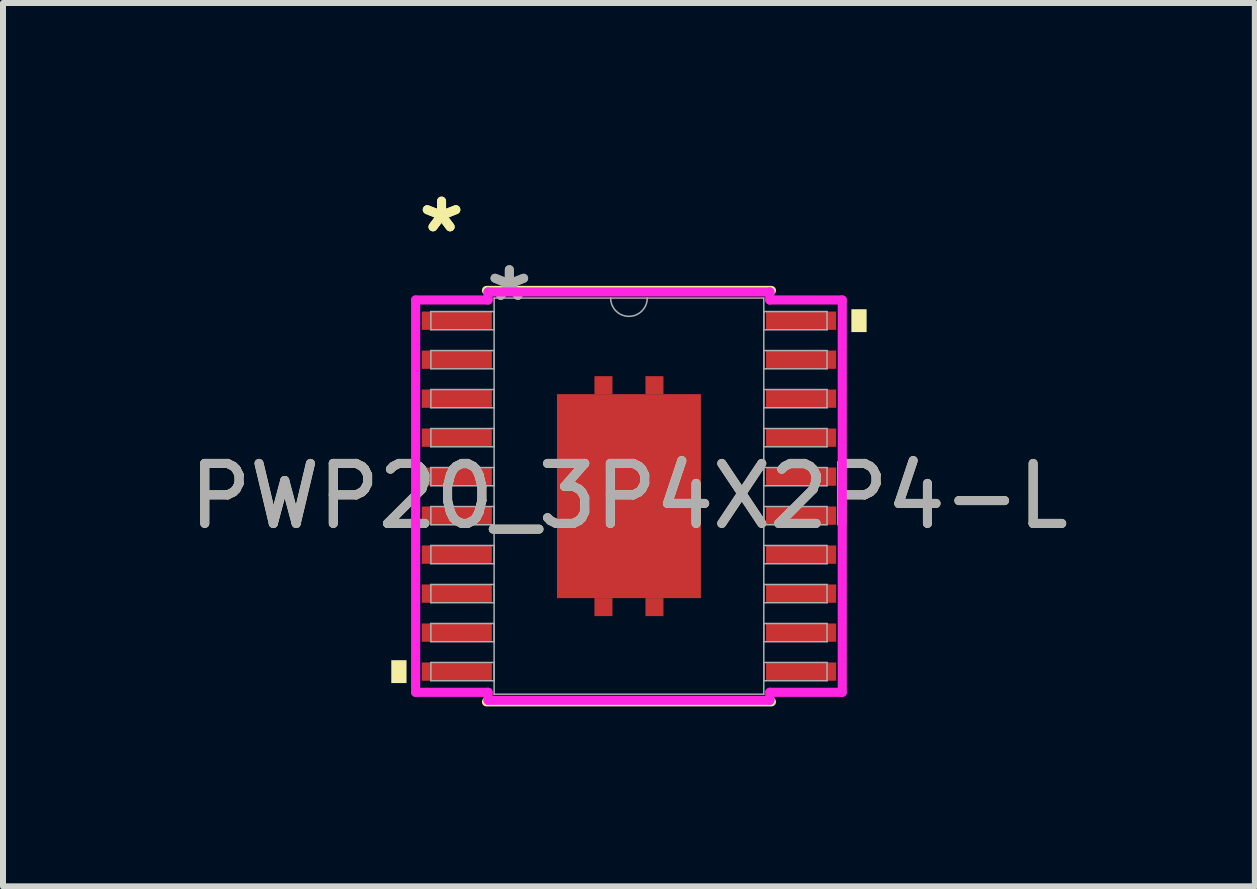
<source format=kicad_pcb>
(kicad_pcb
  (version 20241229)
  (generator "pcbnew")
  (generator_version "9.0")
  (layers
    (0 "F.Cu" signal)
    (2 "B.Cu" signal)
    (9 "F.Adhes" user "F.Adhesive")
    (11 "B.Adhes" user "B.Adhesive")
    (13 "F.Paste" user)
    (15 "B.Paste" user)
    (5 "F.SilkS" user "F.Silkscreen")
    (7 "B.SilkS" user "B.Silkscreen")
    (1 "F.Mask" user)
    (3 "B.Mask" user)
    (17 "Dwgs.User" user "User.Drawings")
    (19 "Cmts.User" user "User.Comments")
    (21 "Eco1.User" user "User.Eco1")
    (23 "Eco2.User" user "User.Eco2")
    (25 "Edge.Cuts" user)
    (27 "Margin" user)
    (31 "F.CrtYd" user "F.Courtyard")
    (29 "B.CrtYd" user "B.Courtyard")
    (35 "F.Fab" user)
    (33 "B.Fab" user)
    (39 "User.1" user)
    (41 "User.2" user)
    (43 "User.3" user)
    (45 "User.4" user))
  (footprint "PWP20_3P4X2P4-L"
    (layer "F.Cu")
    (at 7.435 5.221)
    (property "Reference" "PWP20_3P4X2P4-L" (at 0 0 0) (unlocked yes) (layer "F.SilkS") (effects (font (size 1 1) (thickness 0.15))))
    (attr smd)
    (fp_poly (pts (xy -0.275 -1.7) (xy -0.275 -2) (xy -0.575 -2) (xy -0.575 -1.7)) (stroke (width 0) (type solid)) (fill yes) (layer "F.Cu"))
    (fp_poly (pts (xy -0.275 1.7) (xy -0.275 2) (xy -0.575 2) (xy -0.575 1.7)) (stroke (width 0) (type solid)) (fill yes) (layer "F.Cu"))
    (fp_poly (pts (xy 0.275 -1.7) (xy 0.275 -2) (xy 0.575 -2) (xy 0.575 -1.7)) (stroke (width 0) (type solid)) (fill yes) (layer "F.Cu"))
    (fp_poly (pts (xy 0.275 1.7) (xy 0.275 2) (xy 0.575 2) (xy 0.575 1.7)) (stroke (width 0) (type solid)) (fill yes) (layer "F.Cu"))
    (fp_poly (pts (xy -0.275 -1.7) (xy -0.275 -2) (xy -0.575 -2) (xy -0.575 -1.7)) (stroke (width 0) (type solid)) (fill yes) (layer "F.Mask"))
    (fp_poly (pts (xy -0.275 1.7) (xy -0.275 2) (xy -0.575 2) (xy -0.575 1.7)) (stroke (width 0) (type solid)) (fill yes) (layer "F.Mask"))
    (fp_poly (pts (xy 0.275 -1.7) (xy 0.275 -2) (xy 0.575 -2) (xy 0.575 -1.7)) (stroke (width 0) (type solid)) (fill yes) (layer "F.Mask"))
    (fp_poly (pts (xy 0.275 1.7) (xy 0.275 2) (xy 0.575 2) (xy 0.575 1.7)) (stroke (width 0) (type solid)) (fill yes) (layer "F.Mask"))
    (fp_line (start -2.375 3.429) (end 2.375 3.429) (stroke (width 0.152) (type solid)) (layer "F.SilkS"))
    (fp_line (start 2.375 -3.429) (end -2.375 -3.429) (stroke (width 0.152) (type solid)) (layer "F.SilkS"))
    (fp_poly (pts (xy -3.962 2.735) (xy -3.962 3.116) (xy -3.708 3.116) (xy -3.708 2.735)) (stroke (width 0) (type solid)) (fill yes) (layer "F.SilkS"))
    (fp_poly (pts (xy 3.962 -3.116) (xy 3.962 -2.735) (xy 3.708 -2.735) (xy 3.708 -3.116)) (stroke (width 0) (type solid)) (fill yes) (layer "F.SilkS"))
    (fp_poly (pts (xy -1.1 -1.6) (xy -1.1 -0.1) (xy 1.1 -0.1) (xy 1.1 -1.6)) (stroke (width 0) (type solid)) (fill yes) (layer "F.Paste"))
    (fp_poly (pts (xy -1.1 0.1) (xy -1.1 1.6) (xy 1.1 1.6) (xy 1.1 0.1)) (stroke (width 0) (type solid)) (fill yes) (layer "F.Paste"))
    (fp_line (start -3.556 -3.27) (end -2.349 -3.27) (stroke (width 0.152) (type solid)) (layer "F.CrtYd"))
    (fp_line (start -3.556 3.27) (end -3.556 -3.27) (stroke (width 0.152) (type solid)) (layer "F.CrtYd"))
    (fp_line (start -3.556 3.27) (end -2.349 3.27) (stroke (width 0.152) (type solid)) (layer "F.CrtYd"))
    (fp_line (start -2.349 -3.404) (end 2.349 -3.404) (stroke (width 0.152) (type solid)) (layer "F.CrtYd"))
    (fp_line (start -2.349 -3.27) (end -2.349 -3.404) (stroke (width 0.152) (type solid)) (layer "F.CrtYd"))
    (fp_line (start -2.349 3.404) (end -2.349 3.27) (stroke (width 0.152) (type solid)) (layer "F.CrtYd"))
    (fp_line (start 2.349 -3.404) (end 2.349 -3.27) (stroke (width 0.152) (type solid)) (layer "F.CrtYd"))
    (fp_line (start 2.349 3.27) (end 2.349 3.404) (stroke (width 0.152) (type solid)) (layer "F.CrtYd"))
    (fp_line (start 2.349 3.404) (end -2.349 3.404) (stroke (width 0.152) (type solid)) (layer "F.CrtYd"))
    (fp_line (start 3.556 -3.27) (end 2.349 -3.27) (stroke (width 0.152) (type solid)) (layer "F.CrtYd"))
    (fp_line (start 3.556 -3.27) (end 3.556 3.27) (stroke (width 0.152) (type solid)) (layer "F.CrtYd"))
    (fp_line (start 3.556 3.27) (end 2.349 3.27) (stroke (width 0.152) (type solid)) (layer "F.CrtYd"))
    (fp_line (start -3.302 -3.077) (end -3.302 -2.773) (stroke (width 0.025) (type solid)) (layer "F.Fab"))
    (fp_line (start -3.302 -2.773) (end -2.248 -2.773) (stroke (width 0.025) (type solid)) (layer "F.Fab"))
    (fp_line (start -3.302 -2.427) (end -3.302 -2.123) (stroke (width 0.025) (type solid)) (layer "F.Fab"))
    (fp_line (start -3.302 -2.123) (end -2.248 -2.123) (stroke (width 0.025) (type solid)) (layer "F.Fab"))
    (fp_line (start -3.302 -1.777) (end -3.302 -1.473) (stroke (width 0.025) (type solid)) (layer "F.Fab"))
    (fp_line (start -3.302 -1.473) (end -2.248 -1.473) (stroke (width 0.025) (type solid)) (layer "F.Fab"))
    (fp_line (start -3.302 -1.127) (end -3.302 -0.823) (stroke (width 0.025) (type solid)) (layer "F.Fab"))
    (fp_line (start -3.302 -0.823) (end -2.248 -0.823) (stroke (width 0.025) (type solid)) (layer "F.Fab"))
    (fp_line (start -3.302 -0.477) (end -3.302 -0.173) (stroke (width 0.025) (type solid)) (layer "F.Fab"))
    (fp_line (start -3.302 -0.173) (end -2.248 -0.173) (stroke (width 0.025) (type solid)) (layer "F.Fab"))
    (fp_line (start -3.302 0.173) (end -3.302 0.477) (stroke (width 0.025) (type solid)) (layer "F.Fab"))
    (fp_line (start -3.302 0.477) (end -2.248 0.477) (stroke (width 0.025) (type solid)) (layer "F.Fab"))
    (fp_line (start -3.302 0.823) (end -3.302 1.127) (stroke (width 0.025) (type solid)) (layer "F.Fab"))
    (fp_line (start -3.302 1.127) (end -2.248 1.127) (stroke (width 0.025) (type solid)) (layer "F.Fab"))
    (fp_line (start -3.302 1.473) (end -3.302 1.777) (stroke (width 0.025) (type solid)) (layer "F.Fab"))
    (fp_line (start -3.302 1.777) (end -2.248 1.777) (stroke (width 0.025) (type solid)) (layer "F.Fab"))
    (fp_line (start -3.302 2.123) (end -3.302 2.427) (stroke (width 0.025) (type solid)) (layer "F.Fab"))
    (fp_line (start -3.302 2.427) (end -2.248 2.427) (stroke (width 0.025) (type solid)) (layer "F.Fab"))
    (fp_line (start -3.302 2.773) (end -3.302 3.077) (stroke (width 0.025) (type solid)) (layer "F.Fab"))
    (fp_line (start -3.302 3.077) (end -2.248 3.077) (stroke (width 0.025) (type solid)) (layer "F.Fab"))
    (fp_line (start -2.248 -3.302) (end -2.248 3.302) (stroke (width 0.025) (type solid)) (layer "F.Fab"))
    (fp_line (start -2.248 -3.077) (end -3.302 -3.077) (stroke (width 0.025) (type solid)) (layer "F.Fab"))
    (fp_line (start -2.248 -2.773) (end -2.248 -3.077) (stroke (width 0.025) (type solid)) (layer "F.Fab"))
    (fp_line (start -2.248 -2.427) (end -3.302 -2.427) (stroke (width 0.025) (type solid)) (layer "F.Fab"))
    (fp_line (start -2.248 -2.123) (end -2.248 -2.427) (stroke (width 0.025) (type solid)) (layer "F.Fab"))
    (fp_line (start -2.248 -1.777) (end -3.302 -1.777) (stroke (width 0.025) (type solid)) (layer "F.Fab"))
    (fp_line (start -2.248 -1.473) (end -2.248 -1.777) (stroke (width 0.025) (type solid)) (layer "F.Fab"))
    (fp_line (start -2.248 -1.127) (end -3.302 -1.127) (stroke (width 0.025) (type solid)) (layer "F.Fab"))
    (fp_line (start -2.248 -0.823) (end -2.248 -1.127) (stroke (width 0.025) (type solid)) (layer "F.Fab"))
    (fp_line (start -2.248 -0.477) (end -3.302 -0.477) (stroke (width 0.025) (type solid)) (layer "F.Fab"))
    (fp_line (start -2.248 -0.173) (end -2.248 -0.477) (stroke (width 0.025) (type solid)) (layer "F.Fab"))
    (fp_line (start -2.248 0.173) (end -3.302 0.173) (stroke (width 0.025) (type solid)) (layer "F.Fab"))
    (fp_line (start -2.248 0.477) (end -2.248 0.173) (stroke (width 0.025) (type solid)) (layer "F.Fab"))
    (fp_line (start -2.248 0.823) (end -3.302 0.823) (stroke (width 0.025) (type solid)) (layer "F.Fab"))
    (fp_line (start -2.248 1.127) (end -2.248 0.823) (stroke (width 0.025) (type solid)) (layer "F.Fab"))
    (fp_line (start -2.248 1.473) (end -3.302 1.473) (stroke (width 0.025) (type solid)) (layer "F.Fab"))
    (fp_line (start -2.248 1.777) (end -2.248 1.473) (stroke (width 0.025) (type solid)) (layer "F.Fab"))
    (fp_line (start -2.248 2.123) (end -3.302 2.123) (stroke (width 0.025) (type solid)) (layer "F.Fab"))
    (fp_line (start -2.248 2.427) (end -2.248 2.123) (stroke (width 0.025) (type solid)) (layer "F.Fab"))
    (fp_line (start -2.248 2.773) (end -3.302 2.773) (stroke (width 0.025) (type solid)) (layer "F.Fab"))
    (fp_line (start -2.248 3.077) (end -2.248 2.773) (stroke (width 0.025) (type solid)) (layer "F.Fab"))
    (fp_line (start -2.248 3.302) (end 2.248 3.302) (stroke (width 0.025) (type solid)) (layer "F.Fab"))
    (fp_line (start 2.248 -3.302) (end -2.248 -3.302) (stroke (width 0.025) (type solid)) (layer "F.Fab"))
    (fp_line (start 2.248 -3.077) (end 2.248 -2.773) (stroke (width 0.025) (type solid)) (layer "F.Fab"))
    (fp_line (start 2.248 -2.773) (end 3.302 -2.773) (stroke (width 0.025) (type solid)) (layer "F.Fab"))
    (fp_line (start 2.248 -2.427) (end 2.248 -2.123) (stroke (width 0.025) (type solid)) (layer "F.Fab"))
    (fp_line (start 2.248 -2.123) (end 3.302 -2.123) (stroke (width 0.025) (type solid)) (layer "F.Fab"))
    (fp_line (start 2.248 -1.777) (end 2.248 -1.473) (stroke (width 0.025) (type solid)) (layer "F.Fab"))
    (fp_line (start 2.248 -1.473) (end 3.302 -1.473) (stroke (width 0.025) (type solid)) (layer "F.Fab"))
    (fp_line (start 2.248 -1.127) (end 2.248 -0.823) (stroke (width 0.025) (type solid)) (layer "F.Fab"))
    (fp_line (start 2.248 -0.823) (end 3.302 -0.823) (stroke (width 0.025) (type solid)) (layer "F.Fab"))
    (fp_line (start 2.248 -0.477) (end 2.248 -0.173) (stroke (width 0.025) (type solid)) (layer "F.Fab"))
    (fp_line (start 2.248 -0.173) (end 3.302 -0.173) (stroke (width 0.025) (type solid)) (layer "F.Fab"))
    (fp_line (start 2.248 0.173) (end 2.248 0.477) (stroke (width 0.025) (type solid)) (layer "F.Fab"))
    (fp_line (start 2.248 0.477) (end 3.302 0.477) (stroke (width 0.025) (type solid)) (layer "F.Fab"))
    (fp_line (start 2.248 0.823) (end 2.248 1.127) (stroke (width 0.025) (type solid)) (layer "F.Fab"))
    (fp_line (start 2.248 1.127) (end 3.302 1.127) (stroke (width 0.025) (type solid)) (layer "F.Fab"))
    (fp_line (start 2.248 1.473) (end 2.248 1.777) (stroke (width 0.025) (type solid)) (layer "F.Fab"))
    (fp_line (start 2.248 1.777) (end 3.302 1.777) (stroke (width 0.025) (type solid)) (layer "F.Fab"))
    (fp_line (start 2.248 2.123) (end 2.248 2.427) (stroke (width 0.025) (type solid)) (layer "F.Fab"))
    (fp_line (start 2.248 2.427) (end 3.302 2.427) (stroke (width 0.025) (type solid)) (layer "F.Fab"))
    (fp_line (start 2.248 2.773) (end 2.248 3.077) (stroke (width 0.025) (type solid)) (layer "F.Fab"))
    (fp_line (start 2.248 3.077) (end 3.302 3.077) (stroke (width 0.025) (type solid)) (layer "F.Fab"))
    (fp_line (start 2.248 3.302) (end 2.248 -3.302) (stroke (width 0.025) (type solid)) (layer "F.Fab"))
    (fp_line (start 3.302 -3.077) (end 2.248 -3.077) (stroke (width 0.025) (type solid)) (layer "F.Fab"))
    (fp_line (start 3.302 -2.773) (end 3.302 -3.077) (stroke (width 0.025) (type solid)) (layer "F.Fab"))
    (fp_line (start 3.302 -2.427) (end 2.248 -2.427) (stroke (width 0.025) (type solid)) (layer "F.Fab"))
    (fp_line (start 3.302 -2.123) (end 3.302 -2.427) (stroke (width 0.025) (type solid)) (layer "F.Fab"))
    (fp_line (start 3.302 -1.777) (end 2.248 -1.777) (stroke (width 0.025) (type solid)) (layer "F.Fab"))
    (fp_line (start 3.302 -1.473) (end 3.302 -1.777) (stroke (width 0.025) (type solid)) (layer "F.Fab"))
    (fp_line (start 3.302 -1.127) (end 2.248 -1.127) (stroke (width 0.025) (type solid)) (layer "F.Fab"))
    (fp_line (start 3.302 -0.823) (end 3.302 -1.127) (stroke (width 0.025) (type solid)) (layer "F.Fab"))
    (fp_line (start 3.302 -0.477) (end 2.248 -0.477) (stroke (width 0.025) (type solid)) (layer "F.Fab"))
    (fp_line (start 3.302 -0.173) (end 3.302 -0.477) (stroke (width 0.025) (type solid)) (layer "F.Fab"))
    (fp_line (start 3.302 0.173) (end 2.248 0.173) (stroke (width 0.025) (type solid)) (layer "F.Fab"))
    (fp_line (start 3.302 0.477) (end 3.302 0.173) (stroke (width 0.025) (type solid)) (layer "F.Fab"))
    (fp_line (start 3.302 0.823) (end 2.248 0.823) (stroke (width 0.025) (type solid)) (layer "F.Fab"))
    (fp_line (start 3.302 1.127) (end 3.302 0.823) (stroke (width 0.025) (type solid)) (layer "F.Fab"))
    (fp_line (start 3.302 1.473) (end 2.248 1.473) (stroke (width 0.025) (type solid)) (layer "F.Fab"))
    (fp_line (start 3.302 1.777) (end 3.302 1.473) (stroke (width 0.025) (type solid)) (layer "F.Fab"))
    (fp_line (start 3.302 2.123) (end 2.248 2.123) (stroke (width 0.025) (type solid)) (layer "F.Fab"))
    (fp_line (start 3.302 2.427) (end 3.302 2.123) (stroke (width 0.025) (type solid)) (layer "F.Fab"))
    (fp_line (start 3.302 2.773) (end 2.248 2.773) (stroke (width 0.025) (type solid)) (layer "F.Fab"))
    (fp_line (start 3.302 3.077) (end 3.302 2.773) (stroke (width 0.025) (type solid)) (layer "F.Fab"))
    (fp_arc (start 0.3048 -3.302) (mid 0 -2.9972) (end -0.3048 -3.302) (stroke (width 0.0254) (type solid)) (layer "F.Fab"))
    (fp_text user "*" (at -3.124 -4.373 0) (layer "F.SilkS") (effects (font (size 1 1) (thickness 0.15))))
    (fp_text user "*" (at -3.124 -4.373 0) (unlocked yes) (layer "F.SilkS") (effects (font (size 1 1) (thickness 0.15))))
    (fp_text user "*" (at -1.994 -3.23 0) (unlocked yes) (layer "F.Fab") (effects (font (size 1 1) (thickness 0.15))))
    (fp_text user "*" (at -1.994 -3.23 0) (layer "F.Fab") (effects (font (size 1 1) (thickness 0.15))))
    (fp_text user "${REFERENCE}" (at 0 0 0) (unlocked yes) (layer "F.Fab") (effects (font (size 1 1) (thickness 0.15))))
    (pad "1" smd rect (at -2.87 -2.925) (size 1.168 0.305) (layers "F.Cu" "F.Mask" "F.Paste"))
    (pad "2" smd rect (at -2.87 -2.275) (size 1.168 0.305) (layers "F.Cu" "F.Mask" "F.Paste"))
    (pad "3" smd rect (at -2.87 -1.625) (size 1.168 0.305) (layers "F.Cu" "F.Mask" "F.Paste"))
    (pad "4" smd rect (at -2.87 -0.975) (size 1.168 0.305) (layers "F.Cu" "F.Mask" "F.Paste"))
    (pad "5" smd rect (at -2.87 -0.325) (size 1.168 0.305) (layers "F.Cu" "F.Mask" "F.Paste"))
    (pad "6" smd rect (at -2.87 0.325) (size 1.168 0.305) (layers "F.Cu" "F.Mask" "F.Paste"))
    (pad "7" smd rect (at -2.87 0.975) (size 1.168 0.305) (layers "F.Cu" "F.Mask" "F.Paste"))
    (pad "8" smd rect (at -2.87 1.625) (size 1.168 0.305) (layers "F.Cu" "F.Mask" "F.Paste"))
    (pad "9" smd rect (at -2.87 2.275) (size 1.168 0.305) (layers "F.Cu" "F.Mask" "F.Paste"))
    (pad "10" smd rect (at -2.87 2.925) (size 1.168 0.305) (layers "F.Cu" "F.Mask" "F.Paste"))
    (pad "11" smd rect (at 2.87 2.925) (size 1.168 0.305) (layers "F.Cu" "F.Mask" "F.Paste"))
    (pad "12" smd rect (at 2.87 2.275) (size 1.168 0.305) (layers "F.Cu" "F.Mask" "F.Paste"))
    (pad "13" smd rect (at 2.87 1.625) (size 1.168 0.305) (layers "F.Cu" "F.Mask" "F.Paste"))
    (pad "14" smd rect (at 2.87 0.975) (size 1.168 0.305) (layers "F.Cu" "F.Mask" "F.Paste"))
    (pad "15" smd rect (at 2.87 0.325) (size 1.168 0.305) (layers "F.Cu" "F.Mask" "F.Paste"))
    (pad "16" smd rect (at 2.87 -0.325) (size 1.168 0.305) (layers "F.Cu" "F.Mask" "F.Paste"))
    (pad "17" smd rect (at 2.87 -0.975) (size 1.168 0.305) (layers "F.Cu" "F.Mask" "F.Paste"))
    (pad "18" smd rect (at 2.87 -1.625) (size 1.168 0.305) (layers "F.Cu" "F.Mask" "F.Paste"))
    (pad "19" smd rect (at 2.87 -2.275) (size 1.168 0.305) (layers "F.Cu" "F.Mask" "F.Paste"))
    (pad "20" smd rect (at 2.87 -2.925) (size 1.168 0.305) (layers "F.Cu" "F.Mask" "F.Paste"))
    (pad "21" smd rect (at 0 0) (size 2.4 3.4) (layers "F.Cu" "F.Mask" "F.Paste")))
  (gr_rect
    (start -3 -3)
    (end 17.869 11.726)
    (stroke (width 0.1) (type default))
    (fill no)
    (layer "Edge.Cuts")))
</source>
